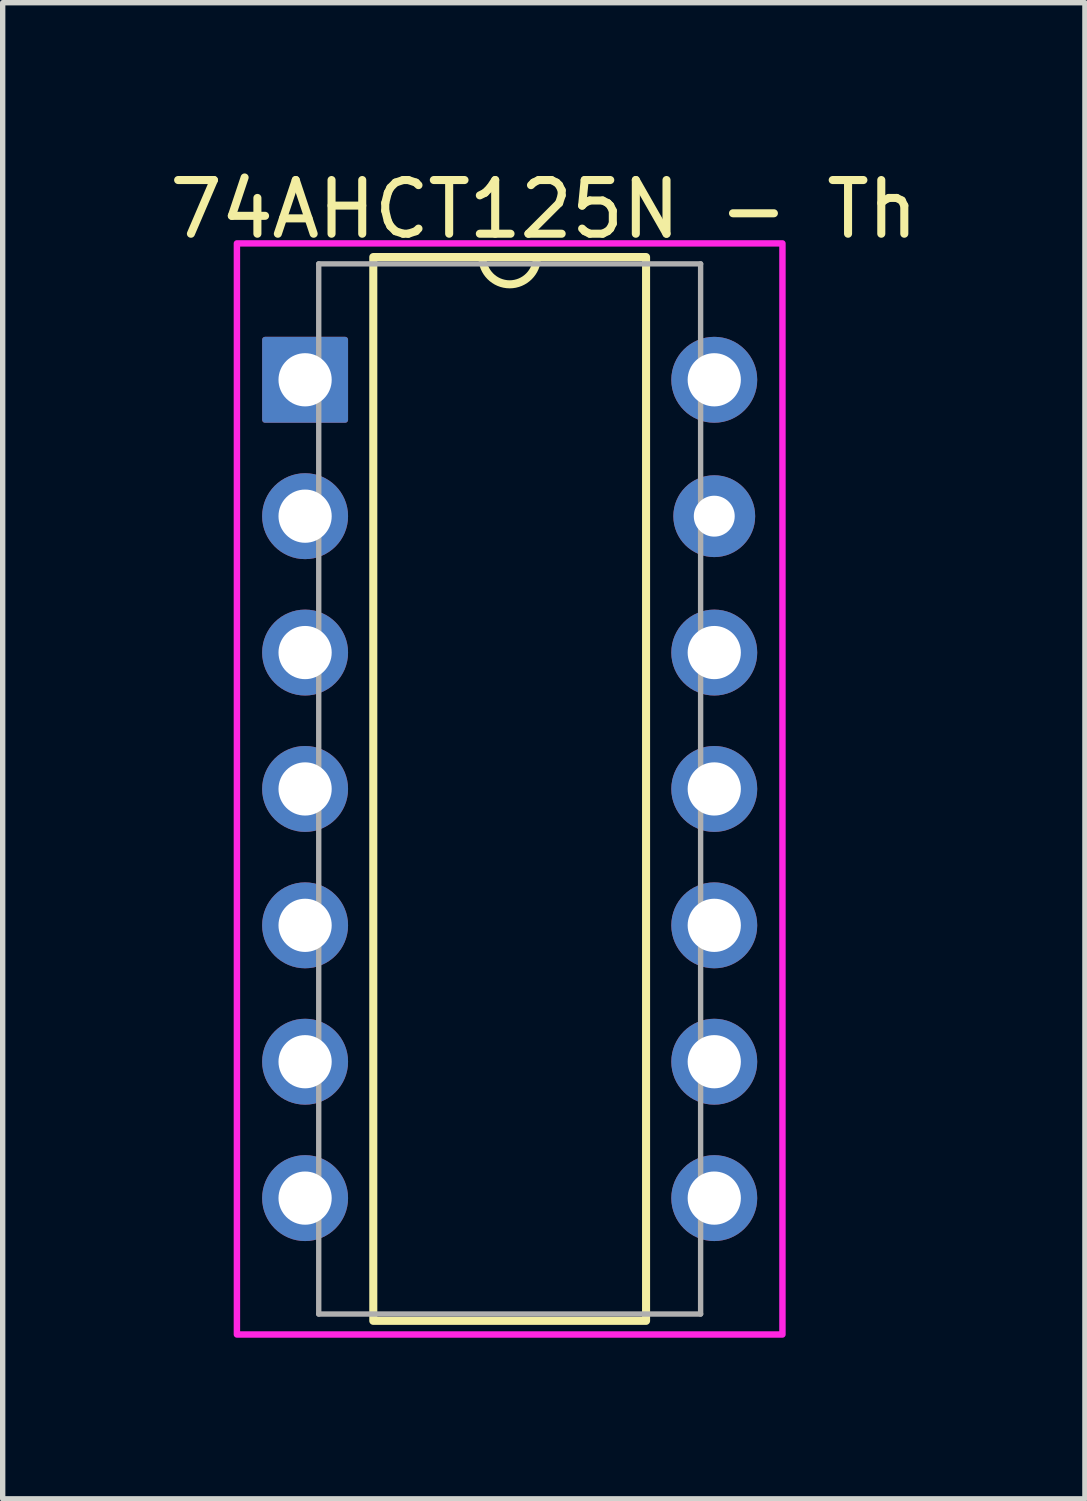
<source format=kicad_pcb>
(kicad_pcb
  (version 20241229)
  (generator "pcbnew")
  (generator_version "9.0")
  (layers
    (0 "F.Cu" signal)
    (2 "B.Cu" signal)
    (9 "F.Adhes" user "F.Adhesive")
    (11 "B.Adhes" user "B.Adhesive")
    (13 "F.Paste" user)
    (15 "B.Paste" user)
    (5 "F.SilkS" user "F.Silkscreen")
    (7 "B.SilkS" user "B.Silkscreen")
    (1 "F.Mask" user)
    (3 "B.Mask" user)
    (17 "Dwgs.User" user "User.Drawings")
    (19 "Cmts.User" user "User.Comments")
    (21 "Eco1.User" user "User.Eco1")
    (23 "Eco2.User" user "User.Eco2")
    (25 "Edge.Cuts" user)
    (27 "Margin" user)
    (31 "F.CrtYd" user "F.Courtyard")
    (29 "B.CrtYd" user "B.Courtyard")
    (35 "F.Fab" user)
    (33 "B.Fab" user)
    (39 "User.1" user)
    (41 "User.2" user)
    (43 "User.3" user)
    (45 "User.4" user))
  (footprint "74AHCT125N - Th"
    (layer "F.Cu")
    (at 6.442 11.643)
    (property "Reference" "74AHCT125N - Th" (at 0.635 -10.795 0) (unlocked yes) (layer "F.SilkS") (effects (font (size 1 1) (thickness 0.15))))
    (attr through_hole)
    (fp_rect (start -2.54 -9.906) (end 2.54 9.906) (stroke (width 0.15) (type default)) (fill no) (layer "F.SilkS"))
    (fp_arc (start 0.508 -9.906) (mid 0 -9.398) (end -0.508 -9.906) (stroke (width 0.15) (type default)) (layer "F.SilkS"))
    (fp_rect (start -5.08 -10.16) (end 5.08 10.16) (stroke (width 0.12) (type default)) (fill no) (layer "F.CrtYd"))
    (fp_line (start -3.556 -9.779) (end -3.556 9.779) (stroke (width 0.1) (type default)) (layer "F.Fab"))
    (fp_line (start -3.556 -9.779) (end 3.556 -9.779) (stroke (width 0.1) (type default)) (layer "F.Fab"))
    (fp_line (start -3.556 9.779) (end 3.556 9.779) (stroke (width 0.1) (type default)) (layer "F.Fab"))
    (fp_line (start 3.556 -9.779) (end 3.556 9.779) (stroke (width 0.1) (type default)) (layer "F.Fab"))
    (pad "1" thru_hole roundrect (at -3.81 -7.62) (size 1.6 1.6) (drill 0.991) (layers "*.Cu" "*.Mask") (roundrect_rratio 0.033))
    (pad "2" thru_hole circle (at -3.81 -5.08) (size 1.6 1.6) (drill 0.991) (layers "*.Cu" "*.Mask"))
    (pad "3" thru_hole circle (at -3.81 -2.54) (size 1.6 1.6) (drill 0.991) (layers "*.Cu" "*.Mask"))
    (pad "4" thru_hole circle (at -3.81 0) (size 1.6 1.6) (drill 0.991) (layers "*.Cu" "*.Mask"))
    (pad "5" thru_hole circle (at -3.81 2.54) (size 1.6 1.6) (drill 0.991) (layers "*.Cu" "*.Mask"))
    (pad "6" thru_hole circle (at -3.81 5.08) (size 1.6 1.6) (drill 0.991) (layers "*.Cu" "*.Mask"))
    (pad "7" thru_hole circle (at -3.81 7.62) (size 1.6 1.6) (drill 0.991) (layers "*.Cu" "*.Mask"))
    (pad "8" thru_hole circle (at 3.81 7.62) (size 1.6 1.6) (drill 0.991) (layers "*.Cu" "*.Mask"))
    (pad "9" thru_hole circle (at 3.81 5.08) (size 1.6 1.6) (drill 0.991) (layers "*.Cu" "*.Mask"))
    (pad "10" thru_hole circle (at 3.81 2.54) (size 1.6 1.6) (drill 0.991) (layers "*.Cu" "*.Mask"))
    (pad "11" thru_hole circle (at 3.81 0) (size 1.6 1.6) (drill 0.991) (layers "*.Cu" "*.Mask"))
    (pad "12" thru_hole circle (at 3.81 -2.54) (size 1.6 1.6) (drill 0.991) (layers "*.Cu" "*.Mask"))
    (pad "13" thru_hole circle (at 3.81 -5.08) (size 1.524 1.524) (drill 0.762) (layers "*.Cu" "*.Mask"))
    (pad "14" thru_hole circle (at 3.81 -7.62) (size 1.6 1.6) (drill 0.991) (layers "*.Cu" "*.Mask")))
  (gr_rect
    (start -3 -3)
    (end 17.155 24.863)
    (stroke (width 0.1) (type default))
    (fill no)
    (layer "Edge.Cuts")))
</source>
